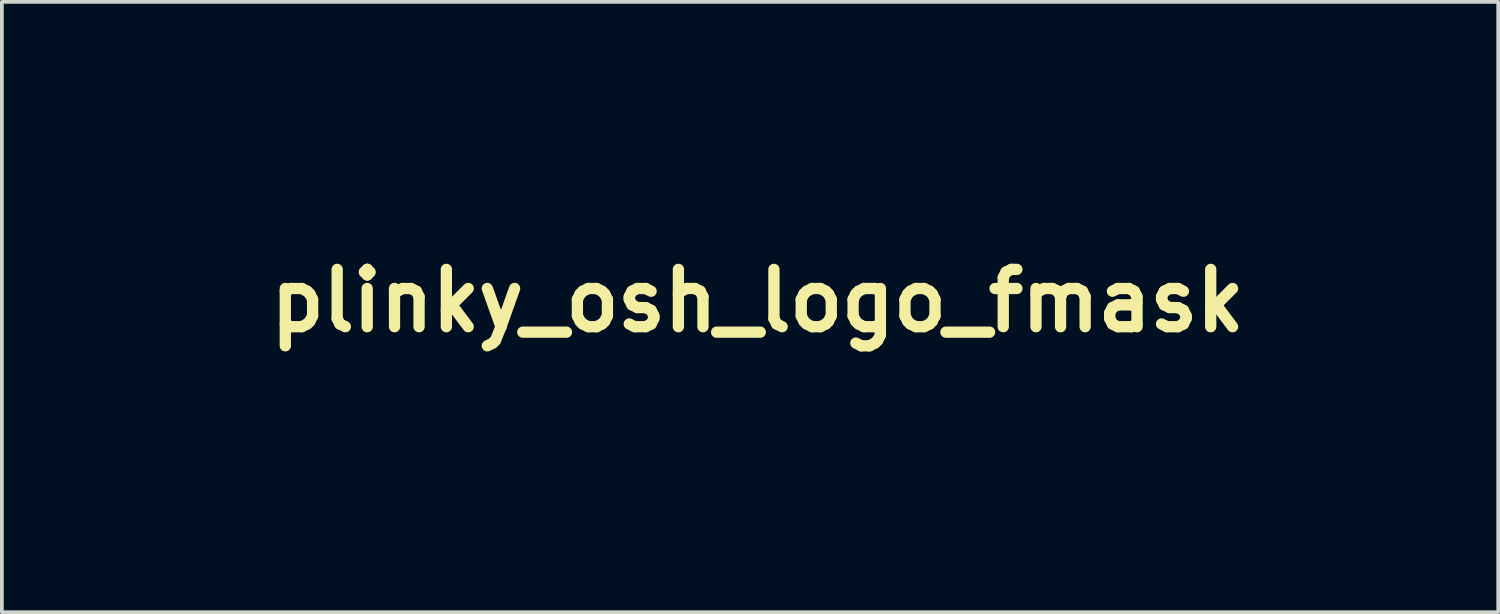
<source format=kicad_pcb>
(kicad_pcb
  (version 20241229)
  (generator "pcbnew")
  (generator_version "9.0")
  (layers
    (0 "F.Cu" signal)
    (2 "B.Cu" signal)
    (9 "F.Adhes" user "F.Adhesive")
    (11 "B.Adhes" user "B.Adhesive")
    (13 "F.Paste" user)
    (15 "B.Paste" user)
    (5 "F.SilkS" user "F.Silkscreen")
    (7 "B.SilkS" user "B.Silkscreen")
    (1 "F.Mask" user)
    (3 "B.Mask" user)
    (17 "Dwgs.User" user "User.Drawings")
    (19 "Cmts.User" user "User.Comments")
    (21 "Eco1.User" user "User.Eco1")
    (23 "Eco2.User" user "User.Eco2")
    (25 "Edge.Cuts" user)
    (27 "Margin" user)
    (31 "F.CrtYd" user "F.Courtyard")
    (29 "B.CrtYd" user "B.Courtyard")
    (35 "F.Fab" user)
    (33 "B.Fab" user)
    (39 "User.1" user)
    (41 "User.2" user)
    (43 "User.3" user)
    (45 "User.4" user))
  (footprint "plinky_osh_logo_fmask"
    (layer "F.Cu")
    (at 17.09 4.946)
    (property "Reference" "plinky_osh_logo_fmask" (at 0 0 0) (layer "F.SilkS") (effects (font (size 1.524 1.524) (thickness 0.3))))
    (attr through_hole)
    (fp_poly (pts (xy -5.377 0.752) (xy -5.254 0.811) (xy -5.171 0.905) (xy -5.149 0.991) (xy -5.136 1.081) (xy -5.104 1.212) (xy -5.082 1.289) (xy -5.039 1.457) (xy -5.009 1.632) (xy -5.004 1.691) (xy -4.994 1.823) (xy -4.979 2.005) (xy -4.961 2.205) (xy -4.956 2.262) (xy -4.932 2.581) (xy -4.922 2.883) (xy -4.927 3.153) (xy -4.946 3.376) (xy -4.977 3.537) (xy -4.998 3.589) (xy -5.046 3.678) (xy -5.074 3.722) (xy -5.076 3.723) (xy -5.119 3.735) (xy -5.215 3.763) (xy -5.276 3.781) (xy -5.441 3.814) (xy -5.561 3.804) (xy -5.562 3.804) (xy -5.636 3.764) (xy -5.659 3.735) (xy -5.66 3.685) (xy -5.662 3.562) (xy -5.665 3.379) (xy -5.668 3.148) (xy -5.672 2.88) (xy -5.675 2.686) (xy -5.68 2.372) (xy -5.687 2.06) (xy -5.696 1.769) (xy -5.706 1.517) (xy -5.716 1.323) (xy -5.721 1.262) (xy -5.753 0.853) (xy -5.642 0.781) (xy -5.515 0.738) (xy -5.377 0.752)) (stroke (width 0.01) (type solid)) (fill yes) (layer "F.Mask"))
    (fp_poly (pts (xy -10.568 -2.143) (xy -10.501 -2.101) (xy -10.479 -2.08) (xy -10.41 -1.968) (xy -10.41 -1.895) (xy -10.428 -1.754) (xy -10.438 -1.545) (xy -10.439 -1.284) (xy -10.431 -0.988) (xy -10.414 -0.671) (xy -10.41 -0.615) (xy -10.395 -0.396) (xy -10.384 -0.197) (xy -10.376 -0.038) (xy -10.374 0.058) (xy -10.374 0.063) (xy -10.384 0.387) (xy -10.396 0.707) (xy -10.409 1.011) (xy -10.422 1.289) (xy -10.435 1.528) (xy -10.447 1.717) (xy -10.458 1.846) (xy -10.467 1.903) (xy -10.468 1.904) (xy -10.482 1.954) (xy -10.494 2.066) (xy -10.502 2.219) (xy -10.504 2.264) (xy -10.508 2.448) (xy -10.515 2.683) (xy -10.521 2.937) (xy -10.527 3.132) (xy -10.528 3.356) (xy -10.523 3.567) (xy -10.511 3.742) (xy -10.496 3.852) (xy -10.459 3.97) (xy -10.402 4.12) (xy -10.333 4.281) (xy -10.262 4.434) (xy -10.196 4.559) (xy -10.145 4.638) (xy -10.125 4.655) (xy -10.094 4.62) (xy -10.04 4.524) (xy -9.972 4.387) (xy -9.944 4.328) (xy -9.871 4.169) (xy -9.807 4.035) (xy -9.763 3.95) (xy -9.755 3.936) (xy -9.709 3.856) (xy -9.65 3.745) (xy -9.644 3.734) (xy -9.534 3.577) (xy -9.39 3.493) (xy -9.22 3.471) (xy -9.063 3.498) (xy -8.97 3.578) (xy -8.946 3.704) (xy -8.962 3.788) (xy -9.028 3.967) (xy -9.122 4.176) (xy -9.234 4.395) (xy -9.353 4.605) (xy -9.469 4.789) (xy -9.571 4.928) (xy -9.633 4.991) (xy -9.799 5.092) (xy -10.003 5.177) (xy -10.223 5.24) (xy -10.435 5.274) (xy -10.614 5.275) (xy -10.707 5.252) (xy -10.803 5.191) (xy -10.86 5.137) (xy -10.909 5.068) (xy -10.978 4.957) (xy -11.057 4.821) (xy -11.134 4.679) (xy -11.202 4.55) (xy -11.248 4.452) (xy -11.264 4.404) (xy -11.262 4.402) (xy -11.257 4.368) (xy -11.277 4.3) (xy -11.319 4.137) (xy -11.352 3.909) (xy -11.373 3.634) (xy -11.383 3.329) (xy -11.379 3.014) (xy -11.373 2.899) (xy -11.321 2.899) (xy -11.287 2.955) (xy -11.257 2.963) (xy -11.201 2.929) (xy -11.194 2.899) (xy -11.227 2.843) (xy -11.257 2.836) (xy -11.313 2.869) (xy -11.321 2.899) (xy -11.373 2.899) (xy -11.366 2.763) (xy -11.339 2.367) (xy -11.315 1.945) (xy -11.295 1.517) (xy -11.28 1.106) (xy -11.27 0.731) (xy -11.267 0.413) (xy -11.267 0.338) (xy -11.269 0.095) (xy -11.271 -0.189) (xy -11.273 -0.466) (xy -11.274 -0.593) (xy -11.272 -0.823) (xy -11.263 -1.053) (xy -11.248 -1.253) (xy -11.236 -1.355) (xy -11.214 -1.532) (xy -11.199 -1.703) (xy -11.194 -1.804) (xy -11.172 -1.955) (xy -11.099 -2.057) (xy -10.964 -2.119) (xy -10.801 -2.147) (xy -10.658 -2.156) (xy -10.568 -2.143)) (stroke (width 0.01) (type solid)) (fill yes) (layer "F.Mask"))
    (fp_poly (pts (xy 1.372 -0.778) (xy 1.693 -0.663) (xy 1.907 -0.528) (xy 1.966 -0.48) (xy 2.019 -0.423) (xy 2.073 -0.346) (xy 2.135 -0.238) (xy 2.212 -0.087) (xy 2.309 0.118) (xy 2.434 0.388) (xy 2.44 0.401) (xy 2.476 0.511) (xy 2.515 0.681) (xy 2.552 0.887) (xy 2.579 1.079) (xy 2.611 1.312) (xy 2.647 1.549) (xy 2.684 1.756) (xy 2.709 1.876) (xy 2.746 2.054) (xy 2.754 2.165) (xy 2.733 2.223) (xy 2.681 2.242) (xy 2.668 2.243) (xy 2.613 2.269) (xy 2.607 2.29) (xy 2.64 2.32) (xy 2.686 2.317) (xy 2.739 2.319) (xy 2.777 2.372) (xy 2.814 2.492) (xy 2.814 2.492) (xy 2.843 2.64) (xy 2.868 2.828) (xy 2.882 2.984) (xy 2.895 3.158) (xy 2.913 3.381) (xy 2.933 3.617) (xy 2.944 3.738) (xy 2.962 3.948) (xy 2.968 4.092) (xy 2.962 4.189) (xy 2.943 4.256) (xy 2.921 4.296) (xy 2.777 4.444) (xy 2.576 4.533) (xy 2.446 4.557) (xy 2.325 4.565) (xy 2.236 4.551) (xy 2.173 4.504) (xy 2.131 4.413) (xy 2.105 4.267) (xy 2.089 4.056) (xy 2.08 3.827) (xy 2.069 3.549) (xy 2.056 3.271) (xy 2.042 3.011) (xy 2.026 2.784) (xy 2.012 2.608) (xy 1.999 2.498) (xy 1.998 2.491) (xy 1.977 2.405) (xy 1.936 2.248) (xy 1.876 2.031) (xy 1.846 1.925) (xy 1.822 1.812) (xy 1.797 1.656) (xy 1.784 1.544) (xy 1.748 1.273) (xy 1.696 1.035) (xy 1.619 0.8) (xy 1.507 0.536) (xy 1.458 0.431) (xy 1.346 0.2) (xy 1.294 0.105) (xy 1.972 0.105) (xy 1.993 0.126) (xy 2.014 0.105) (xy 1.993 0.084) (xy 1.972 0.105) (xy 1.294 0.105) (xy 1.256 0.036) (xy 1.179 -0.073) (xy 1.104 -0.138) (xy 1.02 -0.171) (xy 0.919 -0.183) (xy 0.908 -0.183) (xy 0.775 -0.175) (xy 0.652 -0.131) (xy 0.512 -0.046) (xy 0.321 0.106) (xy 0.138 0.292) (xy -0.019 0.49) (xy -0.131 0.678) (xy -0.167 0.767) (xy -0.203 0.862) (xy -0.23 0.909) (xy -0.26 0.976) (xy -0.304 1.102) (xy -0.354 1.268) (xy -0.405 1.45) (xy -0.45 1.626) (xy -0.482 1.776) (xy -0.485 1.792) (xy -0.525 1.946) (xy -0.579 2.08) (xy -0.639 2.173) (xy -0.685 2.202) (xy -0.739 2.226) (xy -0.801 2.267) (xy -0.827 2.289) (xy -0.848 2.315) (xy -0.864 2.356) (xy -0.876 2.422) (xy -0.885 2.521) (xy -0.892 2.665) (xy -0.897 2.863) (xy -0.901 3.124) (xy -0.906 3.459) (xy -0.907 3.513) (xy -0.913 3.815) (xy -0.923 4.045) (xy -0.939 4.216) (xy -0.964 4.34) (xy -0.999 4.432) (xy -1.047 4.502) (xy -1.063 4.521) (xy -1.178 4.61) (xy -1.329 4.684) (xy -1.487 4.732) (xy -1.621 4.743) (xy -1.663 4.734) (xy -1.735 4.667) (xy -1.752 4.545) (xy -1.712 4.385) (xy -1.694 4.286) (xy -1.717 4.25) (xy -1.731 4.204) (xy -1.741 4.086) (xy -1.746 3.892) (xy -1.745 3.621) (xy -1.74 3.269) (xy -1.737 3.116) (xy -1.725 2.625) (xy -1.713 2.164) (xy -1.701 1.742) (xy -1.688 1.364) (xy -1.676 1.04) (xy -1.664 0.777) (xy -1.654 0.581) (xy -1.644 0.46) (xy -1.642 0.444) (xy -1.623 0.314) (xy -1.604 0.165) (xy -1.601 0.147) (xy -1.562 -0.088) (xy -1.507 -0.254) (xy -1.425 -0.364) (xy -1.304 -0.433) (xy -1.134 -0.475) (xy -1.105 -0.479) (xy -0.919 -0.479) (xy -0.781 -0.415) (xy -0.7 -0.295) (xy -0.675 -0.207) (xy -0.672 -0.163) (xy -0.686 -0.116) (xy -0.707 -0.019) (xy -0.71 -0.001) (xy -0.737 0.147) (xy -0.432 -0.142) (xy -0.167 -0.38) (xy 0.064 -0.558) (xy 0.281 -0.682) (xy 0.499 -0.761) (xy 0.735 -0.804) (xy 1.007 -0.817) (xy 1.02 -0.817) (xy 1.372 -0.778)) (stroke (width 0.01) (type solid)) (fill yes) (layer "F.Mask"))
    (fp_poly (pts (xy 12.505 -3.81) (xy 12.603 -3.735) (xy 12.866 -3.458) (xy 13.133 -3.174) (xy 13.393 -2.895) (xy 13.635 -2.633) (xy 13.85 -2.398) (xy 14.026 -2.201) (xy 14.154 -2.054) (xy 14.35 -1.827) (xy 14.5 -1.666) (xy 14.607 -1.566) (xy 14.673 -1.526) (xy 14.682 -1.525) (xy 14.723 -1.559) (xy 14.741 -1.599) (xy 14.788 -1.704) (xy 14.863 -1.844) (xy 14.949 -1.985) (xy 15.024 -2.093) (xy 15.041 -2.114) (xy 15.093 -2.185) (xy 15.108 -2.222) (xy 15.133 -2.272) (xy 15.196 -2.363) (xy 15.25 -2.431) (xy 15.35 -2.565) (xy 15.439 -2.702) (xy 15.467 -2.752) (xy 15.522 -2.853) (xy 15.564 -2.915) (xy 15.57 -2.922) (xy 15.606 -2.966) (xy 15.674 -3.059) (xy 15.754 -3.176) (xy 15.889 -3.372) (xy 15.992 -3.508) (xy 16.075 -3.593) (xy 16.15 -3.638) (xy 16.229 -3.656) (xy 16.291 -3.657) (xy 16.47 -3.625) (xy 16.603 -3.549) (xy 16.679 -3.439) (xy 16.686 -3.31) (xy 16.67 -3.26) (xy 16.64 -3.181) (xy 16.599 -3.062) (xy 16.589 -3.031) (xy 16.536 -2.902) (xy 16.472 -2.797) (xy 16.46 -2.782) (xy 16.403 -2.704) (xy 16.325 -2.577) (xy 16.244 -2.428) (xy 16.244 -2.427) (xy 16.163 -2.279) (xy 16.086 -2.152) (xy 16.029 -2.074) (xy 16.029 -2.074) (xy 15.972 -1.99) (xy 15.954 -1.931) (xy 15.932 -1.86) (xy 15.917 -1.845) (xy 15.884 -1.8) (xy 15.824 -1.694) (xy 15.745 -1.544) (xy 15.656 -1.366) (xy 15.566 -1.183) (xy 15.487 -1.023) (xy 15.428 -0.905) (xy 15.398 -0.847) (xy 15.333 -0.724) (xy 15.25 -0.561) (xy 15.158 -0.372) (xy 15.063 -0.175) (xy 14.974 0.014) (xy 14.897 0.181) (xy 14.841 0.309) (xy 14.813 0.381) (xy 14.812 0.39) (xy 14.797 0.449) (xy 14.756 0.569) (xy 14.696 0.736) (xy 14.623 0.931) (xy 14.543 1.139) (xy 14.463 1.344) (xy 14.387 1.529) (xy 14.324 1.678) (xy 14.308 1.714) (xy 14.211 1.925) (xy 14.14 2.086) (xy 14.083 2.22) (xy 14.028 2.354) (xy 14.005 2.412) (xy 13.951 2.543) (xy 13.871 2.724) (xy 13.778 2.932) (xy 13.681 3.142) (xy 13.591 3.332) (xy 13.519 3.478) (xy 13.496 3.523) (xy 13.462 3.614) (xy 13.457 3.655) (xy 13.432 3.727) (xy 13.373 3.82) (xy 13.372 3.821) (xy 13.312 3.917) (xy 13.287 3.998) (xy 13.27 4.072) (xy 13.223 4.192) (xy 13.172 4.305) (xy 13.041 4.503) (xy 12.875 4.629) (xy 12.667 4.686) (xy 12.41 4.676) (xy 12.356 4.667) (xy 12.214 4.611) (xy 12.141 4.508) (xy 12.139 4.357) (xy 12.176 4.233) (xy 12.202 4.164) (xy 12.208 4.148) (xy 12.318 3.872) (xy 12.437 3.65) (xy 12.444 3.64) (xy 12.506 3.519) (xy 12.54 3.421) (xy 12.567 3.347) (xy 12.621 3.215) (xy 12.696 3.044) (xy 12.781 2.853) (xy 12.87 2.659) (xy 12.954 2.482) (xy 13.025 2.34) (xy 13.033 2.324) (xy 13.064 2.254) (xy 13.122 2.117) (xy 13.201 1.923) (xy 13.298 1.685) (xy 13.407 1.412) (xy 13.525 1.116) (xy 13.548 1.058) (xy 13.612 0.896) (xy 13.668 0.757) (xy 13.705 0.666) (xy 13.709 0.655) (xy 13.737 0.586) (xy 13.79 0.455) (xy 13.859 0.28) (xy 13.94 0.076) (xy 13.966 0.009) (xy 14.047 -0.194) (xy 14.121 -0.367) (xy 14.179 -0.497) (xy 14.217 -0.567) (xy 14.224 -0.575) (xy 14.261 -0.634) (xy 14.241 -0.697) (xy 14.187 -0.721) (xy 14.071 -0.741) (xy 13.925 -0.789) (xy 13.793 -0.849) (xy 13.737 -0.886) (xy 13.661 -0.969) (xy 13.615 -1.037) (xy 13.542 -1.153) (xy 13.435 -1.303) (xy 13.318 -1.456) (xy 13.212 -1.583) (xy 13.192 -1.605) (xy 13.098 -1.713) (xy 13.004 -1.832) (xy 13.004 -1.833) (xy 12.94 -1.91) (xy 12.831 -2.031) (xy 12.69 -2.182) (xy 12.532 -2.348) (xy 12.493 -2.388) (xy 12.231 -2.662) (xy 12.004 -2.909) (xy 11.819 -3.121) (xy 11.682 -3.294) (xy 11.597 -3.418) (xy 11.575 -3.467) (xy 11.575 -3.591) (xy 11.65 -3.7) (xy 11.67 -3.712) (xy 12.413 -3.712) (xy 12.418 -3.687) (xy 12.441 -3.684) (xy 12.476 -3.699) (xy 12.469 -3.712) (xy 12.419 -3.717) (xy 12.413 -3.712) (xy 11.67 -3.712) (xy 11.789 -3.782) (xy 11.856 -3.804) (xy 12.127 -3.858) (xy 12.341 -3.861) (xy 12.505 -3.81)) (stroke (width 0.01) (type solid)) (fill yes) (layer "F.Mask"))
    (fp_poly (pts (xy 6.155 -3.743) (xy 6.245 -3.697) (xy 6.309 -3.596) (xy 6.359 -3.428) (xy 6.373 -3.366) (xy 6.394 -3.257) (xy 6.411 -3.146) (xy 6.426 -3.024) (xy 6.438 -2.88) (xy 6.448 -2.703) (xy 6.457 -2.484) (xy 6.465 -2.213) (xy 6.473 -1.878) (xy 6.482 -1.471) (xy 6.484 -1.398) (xy 6.493 -0.973) (xy 6.504 -0.63) (xy 6.516 -0.367) (xy 6.529 -0.182) (xy 6.544 -0.072) (xy 6.558 -0.035) (xy 6.622 -0.035) (xy 6.719 -0.074) (xy 6.733 -0.083) (xy 6.862 -0.148) (xy 7.011 -0.206) (xy 7.031 -0.213) (xy 7.149 -0.255) (xy 7.233 -0.293) (xy 7.246 -0.302) (xy 7.313 -0.338) (xy 7.424 -0.384) (xy 7.463 -0.398) (xy 7.569 -0.441) (xy 7.728 -0.513) (xy 7.918 -0.602) (xy 8.095 -0.688) (xy 8.286 -0.784) (xy 8.46 -0.876) (xy 8.635 -0.972) (xy 8.829 -1.084) (xy 9.059 -1.221) (xy 9.331 -1.387) (xy 9.501 -1.46) (xy 9.67 -1.481) (xy 9.814 -1.451) (xy 9.89 -1.396) (xy 9.934 -1.335) (xy 9.942 -1.274) (xy 9.914 -1.18) (xy 9.898 -1.139) (xy 9.812 -0.994) (xy 9.666 -0.828) (xy 9.571 -0.74) (xy 9.491 -0.672) (xy 9.415 -0.61) (xy 9.333 -0.552) (xy 9.237 -0.491) (xy 9.117 -0.424) (xy 8.966 -0.346) (xy 8.775 -0.251) (xy 8.534 -0.136) (xy 8.235 0.004) (xy 7.87 0.175) (xy 7.802 0.206) (xy 7.64 0.287) (xy 7.508 0.362) (xy 7.425 0.421) (xy 7.407 0.442) (xy 7.42 0.503) (xy 7.476 0.617) (xy 7.565 0.768) (xy 7.678 0.942) (xy 7.806 1.126) (xy 7.939 1.304) (xy 8.067 1.463) (xy 8.101 1.501) (xy 8.178 1.597) (xy 8.28 1.737) (xy 8.389 1.894) (xy 8.409 1.924) (xy 8.536 2.116) (xy 8.678 2.331) (xy 8.802 2.518) (xy 8.924 2.697) (xy 9.057 2.884) (xy 9.175 3.042) (xy 9.179 3.047) (xy 9.281 3.184) (xy 9.369 3.313) (xy 9.419 3.396) (xy 9.471 3.478) (xy 9.513 3.513) (xy 9.514 3.513) (xy 9.554 3.547) (xy 9.608 3.63) (xy 9.616 3.645) (xy 9.658 3.742) (xy 9.656 3.817) (xy 9.613 3.91) (xy 9.544 3.994) (xy 9.438 4.081) (xy 9.318 4.157) (xy 9.209 4.207) (xy 9.134 4.215) (xy 9.127 4.212) (xy 9.075 4.218) (xy 9.063 4.232) (xy 8.993 4.274) (xy 8.885 4.271) (xy 8.767 4.229) (xy 8.68 4.163) (xy 8.611 4.079) (xy 8.577 4.02) (xy 8.576 4.015) (xy 8.553 3.965) (xy 8.492 3.868) (xy 8.405 3.743) (xy 8.396 3.73) (xy 8.297 3.592) (xy 8.209 3.469) (xy 8.153 3.388) (xy 8.125 3.346) (xy 8.091 3.299) (xy 8.046 3.236) (xy 7.982 3.148) (xy 7.894 3.028) (xy 7.781 2.875) (xy 8.83 2.875) (xy 8.861 2.918) (xy 8.872 2.92) (xy 8.914 2.906) (xy 8.915 2.902) (xy 8.885 2.865) (xy 8.872 2.857) (xy 8.833 2.86) (xy 8.83 2.875) (xy 7.781 2.875) (xy 7.773 2.864) (xy 7.614 2.65) (xy 7.446 2.423) (xy 7.281 2.198) (xy 7.109 1.961) (xy 6.948 1.737) (xy 6.815 1.548) (xy 6.777 1.492) (xy 6.523 1.121) (xy 6.492 1.502) (xy 6.483 1.627) (xy 6.477 1.759) (xy 6.474 1.906) (xy 6.475 2.078) (xy 6.48 2.283) (xy 6.488 2.53) (xy 6.501 2.827) (xy 6.519 3.183) (xy 6.541 3.606) (xy 6.567 4.084) (xy 6.592 4.55) (xy 6.445 4.688) (xy 6.329 4.777) (xy 6.201 4.83) (xy 6.042 4.86) (xy 5.893 4.877) (xy 5.799 4.872) (xy 5.731 4.843) (xy 5.684 4.807) (xy 5.645 4.77) (xy 5.617 4.727) (xy 5.599 4.665) (xy 5.587 4.568) (xy 5.581 4.422) (xy 5.578 4.213) (xy 5.576 4.084) (xy 5.572 3.826) (xy 5.563 3.565) (xy 5.552 3.328) (xy 5.538 3.143) (xy 5.535 3.111) (xy 5.518 2.892) (xy 5.51 2.651) (xy 5.511 2.455) (xy 5.527 1.953) (xy 5.541 1.476) (xy 5.552 1.006) (xy 5.561 0.527) (xy 5.567 0.022) (xy 5.572 -0.524) (xy 5.575 -1.128) (xy 5.576 -1.334) (xy 5.782 -1.334) (xy 5.803 -1.313) (xy 5.824 -1.334) (xy 5.803 -1.355) (xy 5.782 -1.334) (xy 5.576 -1.334) (xy 5.576 -1.544) (xy 5.578 -2.023) (xy 5.58 -2.424) (xy 5.583 -2.754) (xy 5.587 -3.021) (xy 5.594 -3.231) (xy 5.604 -3.391) (xy 5.617 -3.509) (xy 5.635 -3.591) (xy 5.657 -3.644) (xy 5.685 -3.676) (xy 5.718 -3.694) (xy 5.758 -3.703) (xy 5.762 -3.704) (xy 5.83 -3.72) (xy 5.846 -3.728) (xy 5.883 -3.736) (xy 5.978 -3.746) (xy 6.027 -3.749) (xy 6.155 -3.743)) (stroke (width 0.01) (type solid)) (fill yes) (layer "F.Mask"))
    (fp_poly (pts (xy -13.725 -4.903) (xy -13.473 -4.812) (xy -13.215 -4.662) (xy -12.987 -4.49) (xy -12.868 -4.395) (xy -12.756 -4.306) (xy -12.745 -4.298) (xy -12.67 -4.228) (xy -12.635 -4.176) (xy -12.635 -4.174) (xy -12.607 -4.115) (xy -12.565 -4.06) (xy -12.516 -3.978) (xy -12.453 -3.831) (xy -12.381 -3.635) (xy -12.306 -3.409) (xy -12.235 -3.168) (xy -12.188 -2.989) (xy -12.14 -2.706) (xy -12.144 -2.416) (xy -12.199 -2.094) (xy -12.225 -1.988) (xy -12.277 -1.802) (xy -12.317 -1.686) (xy -12.35 -1.626) (xy -12.382 -1.609) (xy -12.402 -1.578) (xy -12.395 -1.548) (xy -12.397 -1.472) (xy -12.43 -1.338) (xy -12.488 -1.161) (xy -12.565 -0.959) (xy -12.655 -0.749) (xy -12.751 -0.548) (xy -12.771 -0.509) (xy -12.898 -0.285) (xy -13.034 -0.084) (xy -13.199 0.12) (xy -13.36 0.299) (xy -13.46 0.392) (xy -13.591 0.498) (xy -13.734 0.602) (xy -13.868 0.689) (xy -13.974 0.747) (xy -14.022 0.761) (xy -14.081 0.772) (xy -14.2 0.802) (xy -14.36 0.846) (xy -14.462 0.874) (xy -14.645 0.925) (xy -14.784 0.955) (xy -14.907 0.967) (xy -15.045 0.963) (xy -15.23 0.946) (xy -15.289 0.939) (xy -15.583 0.896) (xy -15.8 0.84) (xy -15.949 0.766) (xy -16.012 0.698) (xy -14.157 0.698) (xy -14.136 0.719) (xy -14.115 0.698) (xy -14.136 0.677) (xy -14.157 0.698) (xy -16.012 0.698) (xy -16.037 0.671) (xy -16.066 0.571) (xy -13.903 0.571) (xy -13.882 0.592) (xy -13.861 0.571) (xy -13.882 0.55) (xy -13.903 0.571) (xy -16.066 0.571) (xy -16.072 0.55) (xy -16.073 0.542) (xy -16.104 0.439) (xy -16.171 0.384) (xy -16.189 0.381) (xy -16.197 0.42) (xy -16.204 0.529) (xy -16.209 0.692) (xy -16.212 0.894) (xy -16.212 0.962) (xy -16.217 1.333) (xy -16.229 1.756) (xy -16.246 2.2) (xy -16.267 2.632) (xy -16.273 2.73) (xy -16.274 2.799) (xy -16.276 2.937) (xy -16.277 3.127) (xy -16.277 3.355) (xy -16.277 3.536) (xy -16.279 3.882) (xy -16.283 4.155) (xy -16.292 4.369) (xy -16.306 4.537) (xy -16.327 4.67) (xy -16.354 4.782) (xy -16.374 4.843) (xy -16.449 4.989) (xy -16.545 5.086) (xy -16.647 5.125) (xy -16.74 5.099) (xy -16.769 5.069) (xy -16.801 4.986) (xy -16.83 4.824) (xy -16.857 4.589) (xy -16.881 4.288) (xy -16.902 3.927) (xy -16.919 3.511) (xy -16.933 3.046) (xy -16.938 2.785) (xy -16.96 1.486) (xy -16.849 1.375) (xy -16.775 1.273) (xy -16.74 1.168) (xy -16.739 1.159) (xy -16.722 1.04) (xy -16.695 0.97) (xy -16.674 0.902) (xy -16.693 0.888) (xy -16.709 0.847) (xy -16.72 0.727) (xy -16.727 0.535) (xy -16.728 0.276) (xy -16.727 0.169) (xy -16.726 -0.069) (xy -16.728 -0.274) (xy -16.73 -0.332) (xy -15.931 -0.332) (xy -15.901 -0.302) (xy -15.893 -0.297) (xy -15.829 -0.26) (xy -15.809 -0.271) (xy -15.808 -0.297) (xy -15.843 -0.333) (xy -15.882 -0.339) (xy -15.931 -0.332) (xy -16.73 -0.332) (xy -16.733 -0.434) (xy -16.741 -0.534) (xy -16.749 -0.562) (xy -16.769 -0.606) (xy -16.788 -0.709) (xy -16.796 -0.79) (xy -16.811 -0.922) (xy -16.828 -1.019) (xy -16.837 -1.047) (xy -16.853 -1.106) (xy -16.87 -1.225) (xy -16.885 -1.377) (xy -16.886 -1.379) (xy -16.911 -1.677) (xy -16.935 -1.907) (xy -16.96 -2.087) (xy -16.987 -2.235) (xy -17.014 -2.35) (xy -17.053 -2.5) (xy -17.075 -2.594) (xy -17.084 -2.659) (xy -17.085 -2.723) (xy -17.083 -2.783) (xy -17.055 -2.904) (xy -17.038 -2.931) (xy -16.586 -2.931) (xy -16.573 -2.839) (xy -16.555 -2.792) (xy -16.513 -2.66) (xy -16.469 -2.466) (xy -16.426 -2.232) (xy -16.388 -1.981) (xy -16.358 -1.735) (xy -16.341 -1.537) (xy -16.329 -1.382) (xy -16.314 -1.259) (xy -16.3 -1.195) (xy -16.299 -1.193) (xy -16.244 -1.159) (xy -16.143 -1.129) (xy -16.126 -1.126) (xy -16.028 -1.097) (xy -15.979 -1.063) (xy -15.977 -1.057) (xy -15.944 -1.019) (xy -15.929 -1.017) (xy -15.844 -0.978) (xy -15.763 -0.871) (xy -15.696 -0.715) (xy -15.664 -0.591) (xy -15.612 -0.389) (xy -15.534 -0.168) (xy -15.445 0.034) (xy -15.389 0.134) (xy -15.308 0.249) (xy -15.229 0.314) (xy -15.117 0.352) (xy -15.041 0.368) (xy -14.88 0.389) (xy -14.726 0.393) (xy -14.665 0.388) (xy -14.54 0.374) (xy -14.44 0.37) (xy -14.436 0.371) (xy -14.333 0.356) (xy -14.215 0.295) (xy -14.07 0.179) (xy -13.889 0.003) (xy -13.853 -0.035) (xy -13.691 -0.218) (xy -13.559 -0.403) (xy -13.436 -0.619) (xy -13.36 -0.773) (xy -13.265 -0.982) (xy -13.177 -1.196) (xy -13.111 -1.377) (xy -13.014 -1.377) (xy -12.993 -1.355) (xy -12.972 -1.377) (xy -12.993 -1.398) (xy -13.014 -1.377) (xy -13.111 -1.377) (xy -13.108 -1.385) (xy -13.077 -1.485) (xy -13.023 -1.68) (xy -12.492 -1.68) (xy -12.486 -1.655) (xy -12.464 -1.652) (xy -12.429 -1.667) (xy -12.435 -1.68) (xy -12.486 -1.685) (xy -12.492 -1.68) (xy -13.023 -1.68) (xy -13.022 -1.685) (xy -12.958 -1.903) (xy -12.919 -2.028) (xy -12.862 -2.263) (xy -12.854 -2.471) (xy -12.858 -2.515) (xy -12.883 -2.654) (xy -12.931 -2.848) (xy -12.995 -3.074) (xy -13.068 -3.306) (xy -13.141 -3.522) (xy -13.208 -3.697) (xy -13.25 -3.79) (xy -13.316 -3.872) (xy -13.431 -3.982) (xy -13.573 -4.102) (xy -13.72 -4.213) (xy -13.851 -4.297) (xy -13.909 -4.326) (xy -13.985 -4.376) (xy -14.007 -4.401) (xy -14.079 -4.441) (xy -14.21 -4.448) (xy -14.384 -4.423) (xy -14.584 -4.368) (xy -14.777 -4.293) (xy -14.875 -4.253) (xy -14.937 -4.234) (xy -14.94 -4.234) (xy -14.995 -4.218) (xy -15.091 -4.18) (xy -15.103 -4.174) (xy -15.272 -4.104) (xy -15.451 -4.036) (xy -15.619 -3.98) (xy -15.752 -3.943) (xy -15.822 -3.931) (xy -15.878 -3.911) (xy -15.879 -3.88) (xy -15.893 -3.816) (xy -15.931 -3.781) (xy -15.981 -3.724) (xy -16.054 -3.61) (xy -16.137 -3.461) (xy -16.17 -3.395) (xy -16.272 -3.205) (xy -16.358 -3.081) (xy -16.422 -3.031) (xy -16.54 -2.987) (xy -16.586 -2.931) (xy -17.038 -2.931) (xy -16.998 -2.994) (xy -16.944 -3.075) (xy -16.885 -3.206) (xy -16.847 -3.32) (xy -16.726 -3.655) (xy -16.577 -3.912) (xy -16.399 -4.093) (xy -16.377 -4.109) (xy -16.269 -4.18) (xy -16.19 -4.225) (xy -16.166 -4.234) (xy -16.118 -4.259) (xy -16.035 -4.321) (xy -16.012 -4.34) (xy -15.918 -4.409) (xy -15.844 -4.444) (xy -15.834 -4.446) (xy -15.77 -4.463) (xy -15.657 -4.508) (xy -15.551 -4.557) (xy -15.397 -4.628) (xy -15.216 -4.705) (xy -15.031 -4.779) (xy -14.866 -4.84) (xy -14.744 -4.881) (xy -14.707 -4.89) (xy -14.637 -4.899) (xy -14.507 -4.913) (xy -14.342 -4.929) (xy -14.293 -4.933) (xy -13.991 -4.941) (xy -13.725 -4.903)) (stroke (width 0.01) (type solid)) (fill yes) (layer "F.Mask"))
    (fp_poly (pts (xy -5.985 -3.578) (xy -5.976 -3.577) (xy -5.374 -3.575) (xy -5.346 -3.571) (xy -5.333 -3.569) (xy -5.321 -3.567) (xy -5.31 -3.564) (xy -5.305 -3.563) (xy -5.3 -3.561) (xy -5.295 -3.559) (xy -5.29 -3.557) (xy -5.286 -3.555) (xy -5.281 -3.553) (xy -5.277 -3.55) (xy -5.273 -3.548) (xy -5.27 -3.545) (xy -5.266 -3.542) (xy -5.263 -3.538) (xy -5.26 -3.534) (xy -5.257 -3.53) (xy -5.254 -3.526) (xy -5.251 -3.521) (xy -5.249 -3.516) (xy -5.247 -3.511) (xy -5.245 -3.505) (xy -5.243 -3.499) (xy -5.242 -3.492) (xy -5.24 -3.486) (xy -5.239 -3.478) (xy -5.237 -3.461) (xy -5.237 -3.439) (xy -5.237 -3.384) (xy -5.24 -3.319) (xy -5.246 -3.25) (xy -5.253 -3.182) (xy -5.261 -3.121) (xy -5.265 -3.095) (xy -5.27 -3.073) (xy -5.274 -3.056) (xy -5.278 -3.043) (xy -5.282 -3.034) (xy -5.284 -3.029) (xy -5.286 -3.025) (xy -5.287 -3.021) (xy -5.289 -3.017) (xy -5.29 -3.013) (xy -5.291 -3.009) (xy -5.291 -3.006) (xy -5.292 -3.002) (xy -5.292 -2.999) (xy -5.293 -2.995) (xy -5.293 -2.992) (xy -5.292 -2.989) (xy -5.292 -2.986) (xy -5.292 -2.983) (xy -5.291 -2.98) (xy -5.29 -2.977) (xy -5.289 -2.975) (xy -5.288 -2.972) (xy -5.286 -2.969) (xy -5.285 -2.967) (xy -5.283 -2.964) (xy -5.281 -2.962) (xy -5.279 -2.96) (xy -5.276 -2.957) (xy -5.274 -2.955) (xy -5.271 -2.953) (xy -5.268 -2.951) (xy -5.265 -2.948) (xy -5.262 -2.946) (xy -5.258 -2.944) (xy -5.251 -2.94) (xy -5.245 -2.937) (xy -5.24 -2.934) (xy -5.235 -2.932) (xy -5.227 -2.928) (xy -5.22 -2.925) (xy -5.213 -2.922) (xy -5.21 -2.92) (xy -5.206 -2.918) (xy -5.202 -2.916) (xy -5.198 -2.913) (xy -5.193 -2.91) (xy -5.187 -2.907) (xy -5.181 -2.903) (xy -5.176 -2.9) (xy -5.172 -2.898) (xy -5.169 -2.897) (xy -5.168 -2.896) (xy -5.166 -2.896) (xy -5.164 -2.895) (xy -5.162 -2.895) (xy -5.16 -2.895) (xy -5.159 -2.896) (xy -5.157 -2.896) (xy -5.155 -2.897) (xy -5.154 -2.898) (xy -5.152 -2.899) (xy -5.15 -2.9) (xy -5.146 -2.903) (xy -5.141 -2.908) (xy -5.136 -2.913) (xy -5.106 -2.946) (xy -5.093 -2.959) (xy -5.072 -2.977) (xy -5.015 -3.025) (xy -4.94 -3.083) (xy -4.855 -3.145) (xy -4.811 -3.175) (xy -4.767 -3.203) (xy -4.725 -3.229) (xy -4.684 -3.252) (xy -4.646 -3.27) (xy -4.611 -3.284) (xy -4.596 -3.289) (xy -4.581 -3.292) (xy -4.568 -3.293) (xy -4.557 -3.293) (xy -4.554 -3.292) (xy -4.55 -3.29) (xy -4.538 -3.281) (xy -4.524 -3.267) (xy -4.506 -3.249) (xy -4.465 -3.205) (xy -4.417 -3.151) (xy -4.322 -3.042) (xy -4.281 -2.996) (xy -4.251 -2.964) (xy -4.242 -2.955) (xy -4.233 -2.945) (xy -4.225 -2.936) (xy -4.218 -2.927) (xy -4.212 -2.918) (xy -4.206 -2.909) (xy -4.201 -2.9) (xy -4.199 -2.895) (xy -4.197 -2.891) (xy -4.195 -2.886) (xy -4.194 -2.882) (xy -4.193 -2.877) (xy -4.192 -2.872) (xy -4.191 -2.868) (xy -4.191 -2.863) (xy -4.191 -2.858) (xy -4.191 -2.854) (xy -4.192 -2.849) (xy -4.192 -2.844) (xy -4.193 -2.839) (xy -4.195 -2.834) (xy -4.197 -2.829) (xy -4.199 -2.824) (xy -4.201 -2.819) (xy -4.204 -2.814) (xy -4.223 -2.782) (xy -4.254 -2.734) (xy -4.337 -2.611) (xy -4.462 -2.427) (xy -4.47 -2.416) (xy -4.473 -2.411) (xy -4.476 -2.407) (xy -4.478 -2.402) (xy -4.48 -2.398) (xy -4.481 -2.395) (xy -4.482 -2.393) (xy -4.482 -2.391) (xy -4.483 -2.388) (xy -4.483 -2.386) (xy -4.483 -2.383) (xy -4.483 -2.381) (xy -4.482 -2.378) (xy -4.482 -2.375) (xy -4.481 -2.372) (xy -4.48 -2.369) (xy -4.479 -2.366) (xy -4.477 -2.362) (xy -4.476 -2.359) (xy -4.474 -2.355) (xy -4.472 -2.351) (xy -4.467 -2.343) (xy -4.46 -2.333) (xy -4.446 -2.311) (xy -4.429 -2.284) (xy -4.412 -2.254) (xy -4.395 -2.223) (xy -4.38 -2.192) (xy -4.366 -2.163) (xy -4.36 -2.15) (xy -4.355 -2.138) (xy -4.352 -2.127) (xy -4.349 -2.118) (xy -4.347 -2.11) (xy -4.345 -2.102) (xy -4.342 -2.095) (xy -4.34 -2.088) (xy -4.337 -2.082) (xy -4.336 -2.08) (xy -4.334 -2.077) (xy -4.333 -2.074) (xy -4.331 -2.072) (xy -4.329 -2.069) (xy -4.328 -2.067) (xy -4.326 -2.065) (xy -4.324 -2.063) (xy -4.322 -2.061) (xy -4.32 -2.059) (xy -4.318 -2.057) (xy -4.316 -2.055) (xy -4.313 -2.054) (xy -4.311 -2.052) (xy -4.309 -2.051) (xy -4.306 -2.05) (xy -4.303 -2.048) (xy -4.301 -2.047) (xy -4.298 -2.046) (xy -4.295 -2.045) (xy -4.292 -2.044) (xy -4.289 -2.043) (xy -4.28 -2.042) (xy -4.265 -2.041) (xy -4.224 -2.038) (xy -4.112 -2.035) (xy -4.051 -2.033) (xy -3.996 -2.031) (xy -3.951 -2.027) (xy -3.934 -2.025) (xy -3.922 -2.022) (xy -3.903 -2.016) (xy -3.893 -2.013) (xy -3.883 -2.009) (xy -3.873 -2.005) (xy -3.864 -2) (xy -3.854 -1.995) (xy -3.85 -1.992) (xy -3.845 -1.988) (xy -3.841 -1.985) (xy -3.836 -1.981) (xy -3.832 -1.977) (xy -3.828 -1.973) (xy -3.825 -1.969) (xy -3.821 -1.964) (xy -3.818 -1.959) (xy -3.814 -1.954) (xy -3.811 -1.948) (xy -3.809 -1.943) (xy -3.806 -1.936) (xy -3.804 -1.93) (xy -3.802 -1.923) (xy -3.8 -1.916) (xy -3.799 -1.908) (xy -3.798 -1.9) (xy -3.776 -1.698) (xy -3.763 -1.585) (xy -3.757 -1.537) (xy -3.751 -1.501) (xy -3.749 -1.486) (xy -3.748 -1.479) (xy -3.748 -1.473) (xy -3.748 -1.466) (xy -3.748 -1.46) (xy -3.748 -1.454) (xy -3.749 -1.448) (xy -3.75 -1.443) (xy -3.751 -1.438) (xy -3.752 -1.433) (xy -3.754 -1.428) (xy -3.756 -1.423) (xy -3.759 -1.419) (xy -3.761 -1.414) (xy -3.764 -1.41) (xy -3.767 -1.406) (xy -3.771 -1.403) (xy -3.775 -1.399) (xy -3.779 -1.396) (xy -3.783 -1.393) (xy -3.788 -1.39) (xy -3.793 -1.387) (xy -3.799 -1.384) (xy -3.804 -1.382) (xy -3.81 -1.379) (xy -3.817 -1.377) (xy -3.824 -1.375) (xy -3.838 -1.371) (xy -3.854 -1.368) (xy -3.894 -1.36) (xy -3.945 -1.348) (xy -4.003 -1.333) (xy -4.034 -1.324) (xy -4.064 -1.314) (xy -4.094 -1.304) (xy -4.123 -1.292) (xy -4.151 -1.28) (xy -4.176 -1.267) (xy -4.199 -1.253) (xy -4.209 -1.246) (xy -4.219 -1.239) (xy -4.228 -1.231) (xy -4.235 -1.224) (xy -4.242 -1.216) (xy -4.247 -1.208) (xy -4.286 -1.147) (xy -4.302 -1.12) (xy -4.31 -1.107) (xy -4.317 -1.094) (xy -4.323 -1.082) (xy -4.328 -1.07) (xy -4.33 -1.064) (xy -4.332 -1.059) (xy -4.333 -1.053) (xy -4.334 -1.048) (xy -4.335 -1.043) (xy -4.336 -1.037) (xy -4.336 -1.032) (xy -4.336 -1.028) (xy -4.335 -1.023) (xy -4.334 -1.018) (xy -4.333 -1.014) (xy -4.331 -1.009) (xy -4.323 -0.992) (xy -4.314 -0.975) (xy -4.307 -0.96) (xy -4.299 -0.946) (xy -4.292 -0.934) (xy -4.285 -0.922) (xy -4.271 -0.899) (xy -4.243 -0.856) (xy -4.228 -0.831) (xy -4.211 -0.804) (xy -4.171 -0.736) (xy -4.125 -0.661) (xy -4.043 -0.528) (xy -4.039 -0.522) (xy -4.036 -0.516) (xy -4.028 -0.504) (xy -4.02 -0.494) (xy -4.012 -0.485) (xy -4.005 -0.476) (xy -3.999 -0.468) (xy -3.993 -0.46) (xy -3.991 -0.457) (xy -3.989 -0.453) (xy -3.987 -0.449) (xy -3.985 -0.445) (xy -3.984 -0.442) (xy -3.984 -0.438) (xy -3.983 -0.434) (xy -3.983 -0.43) (xy -3.984 -0.426) (xy -3.985 -0.422) (xy -3.986 -0.418) (xy -3.988 -0.414) (xy -3.991 -0.409) (xy -3.994 -0.405) (xy -3.997 -0.4) (xy -4.002 -0.395) (xy -4.007 -0.389) (xy -4.012 -0.384) (xy -4.038 -0.359) (xy -4.069 -0.33) (xy -4.102 -0.299) (xy -4.138 -0.267) (xy -4.173 -0.236) (xy -4.208 -0.206) (xy -4.24 -0.179) (xy -4.269 -0.156) (xy -4.281 -0.148) (xy -4.291 -0.14) (xy -4.3 -0.135) (xy -4.308 -0.131) (xy -4.315 -0.128) (xy -4.322 -0.126) (xy -4.328 -0.125) (xy -4.334 -0.123) (xy -4.347 -0.12) (xy -4.354 -0.118) (xy -4.363 -0.115) (xy -4.373 -0.111) (xy -4.384 -0.106) (xy -4.397 -0.099) (xy -4.412 -0.09) (xy -4.421 -0.086) (xy -4.43 -0.083) (xy -4.439 -0.081) (xy -4.449 -0.08) (xy -4.46 -0.081) (xy -4.471 -0.082) (xy -4.482 -0.085) (xy -4.493 -0.088) (xy -4.505 -0.092) (xy -4.517 -0.098) (xy -4.529 -0.103) (xy -4.542 -0.11) (xy -4.567 -0.125) (xy -4.592 -0.142) (xy -4.617 -0.16) (xy -4.642 -0.18) (xy -4.665 -0.199) (xy -4.688 -0.219) (xy -4.729 -0.258) (xy -4.762 -0.29) (xy -4.769 -0.297) (xy -4.776 -0.303) (xy -4.783 -0.309) (xy -4.791 -0.314) (xy -4.798 -0.319) (xy -4.805 -0.324) (xy -4.813 -0.328) (xy -4.82 -0.333) (xy -4.835 -0.34) (xy -4.85 -0.346) (xy -4.864 -0.352) (xy -4.879 -0.357) (xy -4.906 -0.366) (xy -4.92 -0.371) (xy -4.932 -0.376) (xy -4.944 -0.381) (xy -4.955 -0.387) (xy -4.96 -0.391) (xy -4.965 -0.394) (xy -4.97 -0.398) (xy -4.974 -0.402) (xy -5.309 -0.774) (xy -5.326 -0.792) (xy -5.342 -0.81) (xy -5.357 -0.827) (xy -5.371 -0.844) (xy -5.384 -0.86) (xy -5.396 -0.876) (xy -5.407 -0.891) (xy -5.416 -0.906) (xy -5.425 -0.92) (xy -5.432 -0.933) (xy -5.437 -0.946) (xy -5.44 -0.952) (xy -5.441 -0.957) (xy -5.443 -0.963) (xy -5.444 -0.968) (xy -5.445 -0.973) (xy -5.445 -0.977) (xy -5.445 -0.982) (xy -5.445 -0.986) (xy -5.444 -0.99) (xy -5.443 -0.993) (xy -5.43 -1.026) (xy -5.416 -1.065) (xy -5.402 -1.11) (xy -5.396 -1.134) (xy -5.39 -1.159) (xy -5.385 -1.186) (xy -5.381 -1.214) (xy -5.379 -1.244) (xy -5.377 -1.274) (xy -5.377 -1.306) (xy -5.378 -1.339) (xy -5.382 -1.373) (xy -5.387 -1.408) (xy -5.393 -1.436) (xy -5.399 -1.464) (xy -5.406 -1.49) (xy -5.415 -1.514) (xy -5.423 -1.538) (xy -5.433 -1.561) (xy -5.443 -1.582) (xy -5.454 -1.602) (xy -5.465 -1.621) (xy -5.477 -1.639) (xy -5.489 -1.656) (xy -5.502 -1.672) (xy -5.515 -1.687) (xy -5.528 -1.701) (xy -5.541 -1.714) (xy -5.554 -1.726) (xy -5.568 -1.736) (xy -5.581 -1.746) (xy -5.595 -1.756) (xy -5.608 -1.764) (xy -5.621 -1.771) (xy -5.634 -1.778) (xy -5.647 -1.783) (xy -5.66 -1.788) (xy -5.672 -1.792) (xy -5.683 -1.795) (xy -5.695 -1.798) (xy -5.705 -1.8) (xy -5.715 -1.801) (xy -5.725 -1.801) (xy -5.734 -1.801) (xy -5.742 -1.8) (xy -5.765 -1.794) (xy -5.788 -1.786) (xy -5.812 -1.774) (xy -5.835 -1.76) (xy -5.858 -1.743) (xy -5.881 -1.723) (xy -5.902 -1.7) (xy -5.921 -1.674) (xy -5.93 -1.66) (xy -5.939 -1.645) (xy -5.946 -1.629) (xy -5.954 -1.613) (xy -5.96 -1.596) (xy -5.966 -1.578) (xy -5.971 -1.559) (xy -5.975 -1.54) (xy -5.979 -1.52) (xy -5.981 -1.499) (xy -5.983 -1.477) (xy -5.983 -1.455) (xy -5.983 -1.432) (xy -5.981 -1.408) (xy -5.978 -1.384) (xy -5.975 -1.359) (xy -5.969 -1.327) (xy -5.963 -1.297) (xy -5.956 -1.267) (xy -5.949 -1.237) (xy -5.942 -1.208) (xy -5.934 -1.18) (xy -5.925 -1.152) (xy -5.916 -1.126) (xy -5.906 -1.101) (xy -5.896 -1.076) (xy -5.885 -1.053) (xy -5.873 -1.031) (xy -5.861 -1.011) (xy -5.848 -0.992) (xy -5.834 -0.975) (xy -5.82 -0.959) (xy -5.814 -0.952) (xy -5.809 -0.946) (xy -5.804 -0.939) (xy -5.8 -0.932) (xy -5.797 -0.924) (xy -5.794 -0.917) (xy -5.792 -0.909) (xy -5.791 -0.901) (xy -5.79 -0.893) (xy -5.789 -0.885) (xy -5.789 -0.877) (xy -5.79 -0.868) (xy -5.791 -0.86) (xy -5.792 -0.851) (xy -5.794 -0.842) (xy -5.796 -0.834) (xy -5.802 -0.816) (xy -5.809 -0.799) (xy -5.817 -0.781) (xy -5.827 -0.764) (xy -5.837 -0.747) (xy -5.848 -0.731) (xy -5.86 -0.715) (xy -5.872 -0.7) (xy -5.901 -0.665) (xy -5.935 -0.626) (xy -6.007 -0.542) (xy -6.08 -0.46) (xy -6.141 -0.388) (xy -6.195 -0.326) (xy -6.221 -0.294) (xy -6.247 -0.263) (xy -6.272 -0.232) (xy -6.294 -0.203) (xy -6.315 -0.174) (xy -6.324 -0.161) (xy -6.333 -0.148) (xy -6.337 -0.141) (xy -6.341 -0.135) (xy -6.346 -0.13) (xy -6.351 -0.124) (xy -6.356 -0.119) (xy -6.361 -0.115) (xy -6.367 -0.11) (xy -6.372 -0.106) (xy -6.384 -0.099) (xy -6.396 -0.092) (xy -6.408 -0.086) (xy -6.421 -0.081) (xy -6.434 -0.076) (xy -6.447 -0.071) (xy -6.472 -0.063) (xy -6.496 -0.054) (xy -6.507 -0.05) (xy -6.517 -0.045) (xy -6.527 -0.04) (xy -6.535 -0.035) (xy -6.542 -0.03) (xy -6.549 -0.024) (xy -6.555 -0.018) (xy -6.561 -0.012) (xy -6.566 -0.005) (xy -6.572 0.003) (xy -6.6 0.045) (xy -6.62 0.074) (xy -6.632 0.091) (xy -6.645 0.11) (xy -6.653 0.119) (xy -6.661 0.128) (xy -6.669 0.136) (xy -6.677 0.143) (xy -6.686 0.149) (xy -6.695 0.154) (xy -6.704 0.159) (xy -6.714 0.163) (xy -6.723 0.167) (xy -6.733 0.17) (xy -6.743 0.172) (xy -6.752 0.174) (xy -6.762 0.176) (xy -6.772 0.177) (xy -6.792 0.177) (xy -6.811 0.177) (xy -6.829 0.175) (xy -6.847 0.172) (xy -6.864 0.169) (xy -6.88 0.165) (xy -6.894 0.162) (xy -6.916 0.155) (xy -6.928 0.15) (xy -6.946 0.141) (xy -6.968 0.128) (xy -6.993 0.111) (xy -7.052 0.072) (xy -7.116 0.027) (xy -7.179 -0.02) (xy -7.236 -0.063) (xy -7.281 -0.099) (xy -7.296 -0.113) (xy -7.306 -0.123) (xy -7.312 -0.131) (xy -7.318 -0.138) (xy -7.323 -0.146) (xy -7.327 -0.153) (xy -7.33 -0.161) (xy -7.333 -0.169) (xy -7.335 -0.177) (xy -7.336 -0.185) (xy -7.336 -0.194) (xy -7.336 -0.204) (xy -7.335 -0.215) (xy -7.333 -0.227) (xy -7.331 -0.239) (xy -7.328 -0.253) (xy -7.324 -0.268) (xy -7.32 -0.285) (xy -7.314 -0.304) (xy -7.305 -0.326) (xy -7.293 -0.35) (xy -7.28 -0.376) (xy -7.265 -0.404) (xy -7.248 -0.432) (xy -7.213 -0.491) (xy -7.177 -0.548) (xy -7.143 -0.6) (xy -7.095 -0.673) (xy -7.089 -0.681) (xy -7.083 -0.689) (xy -7.072 -0.704) (xy -7.062 -0.718) (xy -7.057 -0.725) (xy -7.053 -0.731) (xy -7.049 -0.738) (xy -7.046 -0.745) (xy -7.045 -0.748) (xy -7.043 -0.752) (xy -7.042 -0.755) (xy -7.041 -0.759) (xy -7.041 -0.763) (xy -7.04 -0.767) (xy -7.04 -0.77) (xy -7.04 -0.774) (xy -7.04 -0.778) (xy -7.04 -0.783) (xy -7.04 -0.787) (xy -7.041 -0.791) (xy -7.042 -0.795) (xy -7.043 -0.799) (xy -7.045 -0.803) (xy -7.046 -0.807) (xy -7.048 -0.81) (xy -7.05 -0.813) (xy -7.052 -0.817) (xy -7.054 -0.819) (xy -7.057 -0.822) (xy -7.06 -0.825) (xy -7.063 -0.827) (xy -7.066 -0.829) (xy -7.072 -0.833) (xy -7.079 -0.837) (xy -7.086 -0.84) (xy -7.094 -0.843) (xy -7.103 -0.845) (xy -7.111 -0.848) (xy -7.129 -0.852) (xy -7.147 -0.855) (xy -7.565 -0.964) (xy -7.578 -0.967) (xy -7.589 -0.97) (xy -7.599 -0.974) (xy -7.604 -0.975) (xy -7.608 -0.977) (xy -7.612 -0.979) (xy -7.616 -0.981) (xy -7.62 -0.983) (xy -7.623 -0.985) (xy -7.626 -0.988) (xy -7.629 -0.99) (xy -7.632 -0.993) (xy -7.634 -0.995) (xy -7.637 -0.998) (xy -7.639 -1.001) (xy -7.641 -1.004) (xy -7.643 -1.007) (xy -7.647 -1.013) (xy -7.651 -1.021) (xy -7.654 -1.029) (xy -7.658 -1.038) (xy -7.665 -1.058) (xy -7.674 -1.088) (xy -7.685 -1.131) (xy -7.696 -1.184) (xy -7.708 -1.243) (xy -7.719 -1.303) (xy -7.727 -1.361) (xy -7.729 -1.388) (xy -7.731 -1.413) (xy -7.732 -1.435) (xy -7.731 -1.449) (xy -7.407 -1.449) (xy -7.406 -1.443) (xy -7.406 -1.436) (xy -7.405 -1.429) (xy -7.382 -1.314) (xy -7.377 -1.286) (xy -7.373 -1.258) (xy -7.372 -1.244) (xy -7.371 -1.23) (xy -7.37 -1.216) (xy -7.37 -1.202) (xy -7.369 -1.19) (xy -7.369 -1.184) (xy -7.368 -1.178) (xy -7.367 -1.173) (xy -7.366 -1.169) (xy -7.365 -1.164) (xy -7.363 -1.16) (xy -7.361 -1.155) (xy -7.359 -1.152) (xy -7.357 -1.148) (xy -7.354 -1.145) (xy -7.352 -1.141) (xy -7.349 -1.138) (xy -7.345 -1.136) (xy -7.342 -1.133) (xy -7.338 -1.131) (xy -7.334 -1.128) (xy -7.33 -1.126) (xy -7.325 -1.124) (xy -7.316 -1.121) (xy -7.305 -1.118) (xy -7.293 -1.116) (xy -7.28 -1.114) (xy -7.266 -1.112) (xy -7.251 -1.111) (xy -7.235 -1.11) (xy -7.22 -1.108) (xy -7.205 -1.105) (xy -7.19 -1.102) (xy -7.176 -1.098) (xy -7.161 -1.094) (xy -7.133 -1.086) (xy -7.105 -1.077) (xy -7.077 -1.069) (xy -7.063 -1.066) (xy -7.049 -1.062) (xy -7.035 -1.06) (xy -7.02 -1.058) (xy -6.988 -1.054) (xy -6.972 -1.052) (xy -6.957 -1.05) (xy -6.943 -1.048) (xy -6.929 -1.045) (xy -6.923 -1.044) (xy -6.917 -1.042) (xy -6.91 -1.04) (xy -6.904 -1.038) (xy -6.899 -1.036) (xy -6.893 -1.034) (xy -6.888 -1.031) (xy -6.883 -1.029) (xy -6.878 -1.026) (xy -6.874 -1.022) (xy -6.869 -1.019) (xy -6.865 -1.015) (xy -6.862 -1.011) (xy -6.858 -1.006) (xy -6.855 -1.002) (xy -6.852 -0.996) (xy -6.849 -0.991) (xy -6.847 -0.985) (xy -6.845 -0.979) (xy -6.843 -0.972) (xy -6.839 -0.951) (xy -6.834 -0.928) (xy -6.83 -0.904) (xy -6.826 -0.879) (xy -6.822 -0.854) (xy -6.819 -0.831) (xy -6.816 -0.809) (xy -6.814 -0.789) (xy -6.814 -0.782) (xy -6.815 -0.776) (xy -6.816 -0.769) (xy -6.818 -0.762) (xy -6.821 -0.755) (xy -6.824 -0.748) (xy -6.832 -0.732) (xy -6.842 -0.716) (xy -6.853 -0.699) (xy -6.865 -0.682) (xy -6.879 -0.664) (xy -6.907 -0.629) (xy -6.935 -0.595) (xy -6.961 -0.563) (xy -6.973 -0.548) (xy -6.983 -0.533) (xy -7.001 -0.506) (xy -7.009 -0.494) (xy -7.016 -0.481) (xy -7.023 -0.469) (xy -7.03 -0.457) (xy -7.035 -0.445) (xy -7.037 -0.44) (xy -7.039 -0.435) (xy -7.041 -0.429) (xy -7.042 -0.424) (xy -7.043 -0.419) (xy -7.044 -0.414) (xy -7.044 -0.409) (xy -7.044 -0.405) (xy -7.044 -0.4) (xy -7.043 -0.396) (xy -7.042 -0.392) (xy -7.041 -0.388) (xy -7.039 -0.384) (xy -7.036 -0.38) (xy -7.033 -0.376) (xy -7.03 -0.373) (xy -7.026 -0.37) (xy -7.022 -0.366) (xy -7.012 -0.359) (xy -7.001 -0.35) (xy -6.99 -0.339) (xy -6.978 -0.327) (xy -6.953 -0.299) (xy -6.926 -0.268) (xy -6.899 -0.238) (xy -6.885 -0.224) (xy -6.872 -0.211) (xy -6.859 -0.198) (xy -6.846 -0.188) (xy -6.833 -0.179) (xy -6.828 -0.175) (xy -6.822 -0.172) (xy -6.816 -0.17) (xy -6.81 -0.168) (xy -6.803 -0.168) (xy -6.797 -0.168) (xy -6.79 -0.169) (xy -6.782 -0.171) (xy -6.775 -0.173) (xy -6.768 -0.176) (xy -6.76 -0.18) (xy -6.752 -0.185) (xy -6.737 -0.195) (xy -6.721 -0.207) (xy -6.705 -0.221) (xy -6.689 -0.236) (xy -6.673 -0.251) (xy -6.658 -0.268) (xy -6.644 -0.284) (xy -6.63 -0.3) (xy -6.618 -0.316) (xy -6.606 -0.331) (xy -6.596 -0.345) (xy -6.592 -0.351) (xy -6.588 -0.357) (xy -6.583 -0.362) (xy -6.579 -0.366) (xy -6.575 -0.37) (xy -6.572 -0.373) (xy -6.568 -0.376) (xy -6.564 -0.378) (xy -6.561 -0.38) (xy -6.557 -0.381) (xy -6.554 -0.382) (xy -6.55 -0.383) (xy -6.547 -0.384) (xy -6.543 -0.384) (xy -6.536 -0.384) (xy -6.502 -0.38) (xy -6.491 -0.379) (xy -6.486 -0.379) (xy -6.48 -0.38) (xy -6.474 -0.38) (xy -6.467 -0.381) (xy -6.46 -0.383) (xy -6.453 -0.384) (xy -6.446 -0.387) (xy -6.438 -0.391) (xy -6.429 -0.396) (xy -6.421 -0.402) (xy -6.412 -0.409) (xy -6.403 -0.417) (xy -6.385 -0.436) (xy -6.366 -0.458) (xy -6.347 -0.482) (xy -6.328 -0.506) (xy -6.31 -0.532) (xy -6.277 -0.581) (xy -6.251 -0.624) (xy -6.226 -0.665) (xy -6.204 -0.694) (xy -6.195 -0.707) (xy -6.187 -0.719) (xy -6.184 -0.724) (xy -6.181 -0.729) (xy -6.179 -0.734) (xy -6.177 -0.739) (xy -6.175 -0.744) (xy -6.174 -0.749) (xy -6.173 -0.753) (xy -6.173 -0.758) (xy -6.173 -0.763) (xy -6.174 -0.767) (xy -6.175 -0.772) (xy -6.176 -0.777) (xy -6.178 -0.782) (xy -6.181 -0.787) (xy -6.184 -0.792) (xy -6.187 -0.798) (xy -6.192 -0.804) (xy -6.196 -0.81) (xy -6.201 -0.816) (xy -6.207 -0.823) (xy -6.22 -0.837) (xy -6.235 -0.853) (xy -6.25 -0.871) (xy -6.263 -0.891) (xy -6.275 -0.912) (xy -6.286 -0.936) (xy -6.296 -0.961) (xy -6.304 -0.988) (xy -6.311 -1.017) (xy -6.318 -1.047) (xy -6.331 -1.113) (xy -6.342 -1.185) (xy -6.354 -1.264) (xy -6.368 -1.349) (xy -6.371 -1.371) (xy -6.373 -1.395) (xy -6.374 -1.419) (xy -6.373 -1.445) (xy -6.371 -1.471) (xy -6.367 -1.497) (xy -6.362 -1.525) (xy -6.356 -1.553) (xy -6.348 -1.581) (xy -6.34 -1.609) (xy -6.329 -1.638) (xy -6.318 -1.666) (xy -6.305 -1.695) (xy -6.29 -1.723) (xy -6.275 -1.751) (xy -6.258 -1.779) (xy -6.239 -1.806) (xy -6.219 -1.833) (xy -6.198 -1.859) (xy -6.176 -1.885) (xy -6.152 -1.909) (xy -6.127 -1.932) (xy -6.1 -1.955) (xy -6.072 -1.976) (xy -6.043 -1.996) (xy -6.012 -2.014) (xy -5.98 -2.031) (xy -5.946 -2.047) (xy -5.911 -2.061) (xy -5.875 -2.072) (xy -5.837 -2.083) (xy -5.798 -2.091) (xy -5.759 -2.096) (xy -5.719 -2.099) (xy -5.681 -2.1) (xy -5.642 -2.098) (xy -5.605 -2.093) (xy -5.567 -2.087) (xy -5.531 -2.078) (xy -5.495 -2.067) (xy -5.46 -2.055) (xy -5.426 -2.04) (xy -5.392 -2.024) (xy -5.359 -2.007) (xy -5.328 -1.988) (xy -5.297 -1.967) (xy -5.267 -1.946) (xy -5.238 -1.923) (xy -5.211 -1.9) (xy -5.184 -1.875) (xy -5.159 -1.85) (xy -5.135 -1.824) (xy -5.091 -1.771) (xy -5.053 -1.717) (xy -5.02 -1.662) (xy -5.007 -1.635) (xy -4.994 -1.608) (xy -4.984 -1.582) (xy -4.975 -1.556) (xy -4.968 -1.53) (xy -4.963 -1.505) (xy -4.959 -1.481) (xy -4.956 -1.457) (xy -4.954 -1.433) (xy -4.953 -1.409) (xy -4.953 -1.385) (xy -4.953 -1.361) (xy -4.954 -1.338) (xy -4.956 -1.314) (xy -4.961 -1.269) (xy -4.969 -1.225) (xy -4.978 -1.182) (xy -4.988 -1.142) (xy -4.999 -1.103) (xy -5.011 -1.068) (xy -5.023 -1.035) (xy -5.035 -1.005) (xy -5.056 -0.957) (xy -5.072 -0.924) (xy -5.078 -0.912) (xy -5.083 -0.899) (xy -5.087 -0.887) (xy -5.089 -0.875) (xy -5.091 -0.863) (xy -5.092 -0.85) (xy -5.092 -0.837) (xy -5.09 -0.825) (xy -5.088 -0.812) (xy -5.085 -0.799) (xy -5.08 -0.786) (xy -5.074 -0.773) (xy -5.067 -0.759) (xy -5.059 -0.746) (xy -5.05 -0.732) (xy -5.039 -0.718) (xy -5.028 -0.704) (xy -5.019 -0.691) (xy -5.001 -0.666) (xy -4.993 -0.654) (xy -4.985 -0.642) (xy -4.976 -0.631) (xy -4.967 -0.62) (xy -4.957 -0.61) (xy -4.951 -0.605) (xy -4.945 -0.6) (xy -4.939 -0.595) (xy -4.932 -0.59) (xy -4.925 -0.586) (xy -4.918 -0.581) (xy -4.909 -0.577) (xy -4.901 -0.573) (xy -4.892 -0.568) (xy -4.882 -0.564) (xy -4.871 -0.561) (xy -4.86 -0.557) (xy -4.848 -0.553) (xy -4.836 -0.55) (xy -4.823 -0.546) (xy -4.811 -0.543) (xy -4.8 -0.539) (xy -4.789 -0.535) (xy -4.778 -0.532) (xy -4.769 -0.528) (xy -4.759 -0.524) (xy -4.751 -0.52) (xy -4.742 -0.517) (xy -4.734 -0.513) (xy -4.727 -0.509) (xy -4.72 -0.505) (xy -4.713 -0.501) (xy -4.707 -0.497) (xy -4.701 -0.493) (xy -4.696 -0.489) (xy -4.69 -0.485) (xy -4.685 -0.481) (xy -4.681 -0.476) (xy -4.676 -0.472) (xy -4.668 -0.464) (xy -4.66 -0.455) (xy -4.653 -0.446) (xy -4.646 -0.437) (xy -4.633 -0.419) (xy -4.626 -0.41) (xy -4.62 -0.402) (xy -4.614 -0.395) (xy -4.608 -0.388) (xy -4.605 -0.385) (xy -4.602 -0.383) (xy -4.599 -0.38) (xy -4.596 -0.378) (xy -4.593 -0.376) (xy -4.59 -0.374) (xy -4.587 -0.373) (xy -4.584 -0.371) (xy -4.581 -0.37) (xy -4.577 -0.37) (xy -4.574 -0.369) (xy -4.571 -0.369) (xy -4.567 -0.369) (xy -4.564 -0.369) (xy -4.56 -0.369) (xy -4.556 -0.37) (xy -4.552 -0.371) (xy -4.548 -0.372) (xy -4.544 -0.374) (xy -4.54 -0.376) (xy -4.536 -0.378) (xy -4.531 -0.38) (xy -4.526 -0.383) (xy -4.521 -0.386) (xy -4.511 -0.393) (xy -4.499 -0.403) (xy -4.486 -0.416) (xy -4.473 -0.43) (xy -4.459 -0.446) (xy -4.444 -0.464) (xy -4.415 -0.5) (xy -4.386 -0.537) (xy -4.36 -0.572) (xy -4.323 -0.623) (xy -4.317 -0.631) (xy -4.311 -0.639) (xy -4.307 -0.646) (xy -4.303 -0.653) (xy -4.301 -0.656) (xy -4.299 -0.66) (xy -4.298 -0.663) (xy -4.297 -0.666) (xy -4.296 -0.669) (xy -4.295 -0.672) (xy -4.295 -0.676) (xy -4.295 -0.679) (xy -4.294 -0.682) (xy -4.295 -0.685) (xy -4.295 -0.689) (xy -4.296 -0.692) (xy -4.296 -0.695) (xy -4.297 -0.699) (xy -4.299 -0.702) (xy -4.3 -0.706) (xy -4.302 -0.709) (xy -4.304 -0.713) (xy -4.307 -0.717) (xy -4.309 -0.721) (xy -4.312 -0.725) (xy -4.315 -0.729) (xy -4.322 -0.738) (xy -4.33 -0.748) (xy -4.338 -0.759) (xy -4.346 -0.772) (xy -4.354 -0.786) (xy -4.37 -0.817) (xy -4.386 -0.851) (xy -4.42 -0.924) (xy -4.437 -0.962) (xy -4.454 -0.999) (xy -4.46 -1.01) (xy -4.464 -1.022) (xy -4.468 -1.032) (xy -4.469 -1.037) (xy -4.471 -1.042) (xy -4.472 -1.046) (xy -4.473 -1.051) (xy -4.473 -1.055) (xy -4.474 -1.06) (xy -4.474 -1.064) (xy -4.474 -1.068) (xy -4.474 -1.072) (xy -4.474 -1.076) (xy -4.474 -1.084) (xy -4.472 -1.092) (xy -4.47 -1.1) (xy -4.468 -1.108) (xy -4.465 -1.116) (xy -4.462 -1.125) (xy -4.455 -1.143) (xy -4.446 -1.164) (xy -4.436 -1.186) (xy -4.427 -1.208) (xy -4.416 -1.23) (xy -4.405 -1.252) (xy -4.394 -1.274) (xy -4.381 -1.295) (xy -4.375 -1.306) (xy -4.368 -1.317) (xy -4.363 -1.323) (xy -4.358 -1.329) (xy -4.353 -1.335) (xy -4.348 -1.339) (xy -4.342 -1.343) (xy -4.336 -1.347) (xy -4.33 -1.35) (xy -4.323 -1.353) (xy -4.316 -1.356) (xy -4.308 -1.359) (xy -4.29 -1.364) (xy -4.27 -1.371) (xy -4.247 -1.378) (xy -4.201 -1.394) (xy -4.191 -1.398) (xy -4.182 -1.402) (xy -4.178 -1.404) (xy -4.173 -1.407) (xy -4.169 -1.409) (xy -4.166 -1.412) (xy -4.162 -1.415) (xy -4.159 -1.418) (xy -4.156 -1.421) (xy -4.153 -1.424) (xy -4.15 -1.428) (xy -4.148 -1.432) (xy -4.145 -1.436) (xy -4.144 -1.441) (xy -4.142 -1.446) (xy -4.141 -1.451) (xy -4.139 -1.457) (xy -4.139 -1.462) (xy -4.138 -1.469) (xy -4.138 -1.476) (xy -4.138 -1.483) (xy -4.138 -1.49) (xy -4.14 -1.526) (xy -4.142 -1.569) (xy -4.144 -1.663) (xy -4.145 -1.71) (xy -4.146 -1.754) (xy -4.149 -1.791) (xy -4.151 -1.807) (xy -4.152 -1.82) (xy -4.154 -1.831) (xy -4.156 -1.841) (xy -4.158 -1.86) (xy -4.16 -1.868) (xy -4.161 -1.875) (xy -4.162 -1.879) (xy -4.164 -1.882) (xy -4.165 -1.885) (xy -4.167 -1.888) (xy -4.169 -1.891) (xy -4.171 -1.894) (xy -4.173 -1.897) (xy -4.176 -1.899) (xy -4.179 -1.902) (xy -4.182 -1.904) (xy -4.186 -1.907) (xy -4.19 -1.909) (xy -4.195 -1.911) (xy -4.2 -1.913) (xy -4.206 -1.915) (xy -4.212 -1.917) (xy -4.218 -1.919) (xy -4.225 -1.921) (xy -4.241 -1.924) (xy -4.259 -1.928) (xy -4.279 -1.931) (xy -4.323 -1.936) (xy -4.369 -1.941) (xy -4.416 -1.945) (xy -4.462 -1.949) (xy -4.503 -1.953) (xy -4.538 -1.958) (xy -4.553 -1.961) (xy -4.565 -1.964) (xy -4.575 -1.967) (xy -4.584 -1.97) (xy -4.592 -1.973) (xy -4.599 -1.976) (xy -4.605 -1.979) (xy -4.611 -1.982) (xy -4.614 -1.984) (xy -4.617 -1.986) (xy -4.619 -1.988) (xy -4.621 -1.99) (xy -4.624 -1.993) (xy -4.626 -1.995) (xy -4.628 -1.998) (xy -4.63 -2.001) (xy -4.634 -2.008) (xy -4.638 -2.015) (xy -4.642 -2.024) (xy -4.646 -2.033) (xy -4.65 -2.044) (xy -4.654 -2.057) (xy -4.66 -2.07) (xy -4.666 -2.086) (xy -4.683 -2.121) (xy -4.725 -2.2) (xy -4.745 -2.24) (xy -4.755 -2.26) (xy -4.763 -2.278) (xy -4.771 -2.296) (xy -4.777 -2.312) (xy -4.781 -2.326) (xy -4.783 -2.339) (xy -4.785 -2.35) (xy -4.786 -2.361) (xy -4.786 -2.37) (xy -4.786 -2.374) (xy -4.786 -2.378) (xy -4.786 -2.382) (xy -4.786 -2.386) (xy -4.786 -2.39) (xy -4.785 -2.393) (xy -4.784 -2.397) (xy -4.784 -2.4) (xy -4.783 -2.403) (xy -4.781 -2.406) (xy -4.78 -2.409) (xy -4.779 -2.412) (xy -4.777 -2.415) (xy -4.775 -2.418) (xy -4.773 -2.421) (xy -4.771 -2.424) (xy -4.768 -2.427) (xy -4.766 -2.431) (xy -4.76 -2.437) (xy -4.753 -2.444) (xy -4.746 -2.451) (xy -4.737 -2.459) (xy -4.726 -2.468) (xy -4.712 -2.478) (xy -4.675 -2.502) (xy -4.585 -2.557) (xy -4.54 -2.586) (xy -4.519 -2.599) (xy -4.501 -2.612) (xy -4.484 -2.624) (xy -4.471 -2.636) (xy -4.461 -2.645) (xy -4.458 -2.65) (xy -4.455 -2.654) (xy -4.452 -2.662) (xy -4.449 -2.669) (xy -4.448 -2.672) (xy -4.447 -2.675) (xy -4.446 -2.679) (xy -4.446 -2.682) (xy -4.445 -2.685) (xy -4.445 -2.688) (xy -4.444 -2.691) (xy -4.444 -2.693) (xy -4.445 -2.696) (xy -4.445 -2.699) (xy -4.445 -2.701) (xy -4.446 -2.704) (xy -4.447 -2.707) (xy -4.448 -2.709) (xy -4.449 -2.712) (xy -4.451 -2.714) (xy -4.453 -2.717) (xy -4.455 -2.719) (xy -4.457 -2.722) (xy -4.459 -2.724) (xy -4.462 -2.727) (xy -4.464 -2.73) (xy -4.467 -2.732) (xy -4.471 -2.735) (xy -4.474 -2.737) (xy -4.478 -2.74) (xy -4.486 -2.746) (xy -4.496 -2.752) (xy -4.509 -2.762) (xy -4.539 -2.785) (xy -4.616 -2.846) (xy -4.656 -2.878) (xy -4.695 -2.907) (xy -4.713 -2.92) (xy -4.729 -2.931) (xy -4.744 -2.94) (xy -4.757 -2.947) (xy -4.777 -2.957) (xy -4.785 -2.961) (xy -4.793 -2.964) (xy -4.8 -2.966) (xy -4.804 -2.967) (xy -4.807 -2.968) (xy -4.81 -2.968) (xy -4.814 -2.968) (xy -4.817 -2.968) (xy -4.82 -2.968) (xy -4.824 -2.968) (xy -4.827 -2.967) (xy -4.831 -2.966) (xy -4.835 -2.965) (xy -4.843 -2.962) (xy -4.852 -2.957) (xy -4.862 -2.952) (xy -4.873 -2.946) (xy -4.9 -2.931) (xy -4.908 -2.926) (xy -4.915 -2.922) (xy -4.929 -2.913) (xy -4.942 -2.903) (xy -4.954 -2.893) (xy -4.965 -2.884) (xy -4.975 -2.874) (xy -4.985 -2.864) (xy -4.994 -2.853) (xy -5.031 -2.813) (xy -5.041 -2.803) (xy -5.051 -2.793) (xy -5.061 -2.784) (xy -5.072 -2.774) (xy -5.078 -2.77) (xy -5.083 -2.765) (xy -5.093 -2.756) (xy -5.102 -2.747) (xy -5.11 -2.739) (xy -5.124 -2.723) (xy -5.131 -2.716) (xy -5.138 -2.71) (xy -5.145 -2.704) (xy -5.148 -2.701) (xy -5.152 -2.698) (xy -5.156 -2.696) (xy -5.16 -2.693) (xy -5.164 -2.691) (xy -5.168 -2.69) (xy -5.173 -2.688) (xy -5.178 -2.686) (xy -5.183 -2.685) (xy -5.188 -2.684) (xy -5.194 -2.683) (xy -5.2 -2.683) (xy -5.206 -2.683) (xy -5.213 -2.683) (xy -5.225 -2.683) (xy -5.237 -2.684) (xy -5.248 -2.685) (xy -5.258 -2.686) (xy -5.268 -2.688) (xy -5.277 -2.69) (xy -5.281 -2.692) (xy -5.285 -2.693) (xy -5.29 -2.695) (xy -5.294 -2.697) (xy -5.298 -2.699) (xy -5.302 -2.701) (xy -5.306 -2.703) (xy -5.31 -2.706) (xy -5.318 -2.712) (xy -5.327 -2.719) (xy -5.335 -2.726) (xy -5.344 -2.735) (xy -5.354 -2.745) (xy -5.364 -2.755) (xy -5.373 -2.766) (xy -5.382 -2.775) (xy -5.396 -2.79) (xy -5.401 -2.796) (xy -5.406 -2.801) (xy -5.41 -2.806) (xy -5.413 -2.811) (xy -5.416 -2.815) (xy -5.419 -2.82) (xy -5.421 -2.825) (xy -5.423 -2.831) (xy -5.424 -2.838) (xy -5.426 -2.846) (xy -5.428 -2.855) (xy -5.43 -2.865) (xy -5.431 -2.871) (xy -5.431 -2.876) (xy -5.431 -2.881) (xy -5.431 -2.886) (xy -5.431 -2.891) (xy -5.43 -2.896) (xy -5.428 -2.905) (xy -5.426 -2.914) (xy -5.422 -2.923) (xy -5.414 -2.942) (xy -5.405 -2.962) (xy -5.401 -2.973) (xy -5.397 -2.985) (xy -5.393 -2.998) (xy -5.389 -3.013) (xy -5.386 -3.028) (xy -5.385 -3.036) (xy -5.384 -3.045) (xy -5.384 -3.053) (xy -5.384 -3.063) (xy -5.384 -3.086) (xy -5.385 -3.111) (xy -5.386 -3.139) (xy -5.389 -3.192) (xy -5.389 -3.215) (xy -5.389 -3.233) (xy -5.389 -3.245) (xy -5.39 -3.255) (xy -5.391 -3.264) (xy -5.392 -3.268) (xy -5.393 -3.272) (xy -5.395 -3.276) (xy -5.396 -3.279) (xy -5.398 -3.282) (xy -5.4 -3.285) (xy -5.403 -3.287) (xy -5.405 -3.289) (xy -5.408 -3.291) (xy -5.412 -3.293) (xy -5.415 -3.294) (xy -5.419 -3.295) (xy -5.423 -3.296) (xy -5.428 -3.297) (xy -5.433 -3.297) (xy -5.438 -3.298) (xy -5.45 -3.297) (xy -5.463 -3.296) (xy -5.478 -3.294) (xy -5.495 -3.291) (xy -5.514 -3.288) (xy -5.534 -3.284) (xy -5.557 -3.282) (xy -5.582 -3.281) (xy -5.608 -3.281) (xy -5.635 -3.281) (xy -5.663 -3.282) (xy -5.69 -3.284) (xy -5.717 -3.287) (xy -5.769 -3.293) (xy -5.814 -3.3) (xy -5.849 -3.307) (xy -5.862 -3.31) (xy -5.871 -3.313) (xy -5.88 -3.317) (xy -5.888 -3.32) (xy -5.897 -3.323) (xy -5.907 -3.326) (xy -5.916 -3.329) (xy -5.925 -3.331) (xy -5.935 -3.333) (xy -5.944 -3.335) (xy -5.953 -3.335) (xy -5.957 -3.336) (xy -5.961 -3.336) (xy -5.965 -3.336) (xy -5.969 -3.335) (xy -5.972 -3.335) (xy -5.976 -3.334) (xy -5.979 -3.333) (xy -5.982 -3.332) (xy -5.985 -3.331) (xy -5.987 -3.329) (xy -5.99 -3.327) (xy -5.992 -3.325) (xy -5.994 -3.322) (xy -5.995 -3.32) (xy -6 -3.308) (xy -6.005 -3.297) (xy -6.008 -3.287) (xy -6.012 -3.276) (xy -6.016 -3.263) (xy -6.02 -3.248) (xy -6.03 -3.205) (xy -6.034 -3.192) (xy -6.036 -3.178) (xy -6.037 -3.164) (xy -6.038 -3.151) (xy -6.038 -3.138) (xy -6.038 -3.125) (xy -6.037 -3.098) (xy -6.033 -3.045) (xy -6.032 -3.031) (xy -6.032 -3.016) (xy -6.032 -3.002) (xy -6.033 -2.986) (xy -6.033 -2.979) (xy -6.033 -2.969) (xy -6.033 -2.956) (xy -6.033 -2.942) (xy -6.033 -2.927) (xy -6.034 -2.919) (xy -6.034 -2.912) (xy -6.035 -2.905) (xy -6.036 -2.898) (xy -6.037 -2.891) (xy -6.039 -2.885) (xy -6.041 -2.878) (xy -6.043 -2.871) (xy -6.046 -2.86) (xy -6.047 -2.856) (xy -6.049 -2.851) (xy -6.05 -2.847) (xy -6.052 -2.844) (xy -6.054 -2.84) (xy -6.056 -2.836) (xy -6.059 -2.831) (xy -6.063 -2.827) (xy -6.068 -2.821) (xy -6.073 -2.815) (xy -6.079 -2.809) (xy -6.087 -2.801) (xy -6.111 -2.777) (xy -6.138 -2.752) (xy -6.152 -2.74) (xy -6.167 -2.727) (xy -6.183 -2.715) (xy -6.199 -2.703) (xy -6.216 -2.692) (xy -6.234 -2.682) (xy -6.252 -2.672) (xy -6.271 -2.664) (xy -6.291 -2.656) (xy -6.311 -2.65) (xy -6.331 -2.645) (xy -6.342 -2.644) (xy -6.353 -2.642) (xy -6.393 -2.639) (xy -6.41 -2.637) (xy -6.426 -2.636) (xy -6.442 -2.636) (xy -6.456 -2.636) (xy -6.469 -2.637) (xy -6.482 -2.638) (xy -6.488 -2.64) (xy -6.494 -2.641) (xy -6.5 -2.643) (xy -6.506 -2.644) (xy -6.512 -2.647) (xy -6.518 -2.649) (xy -6.524 -2.652) (xy -6.53 -2.655) (xy -6.536 -2.658) (xy -6.542 -2.661) (xy -6.554 -2.67) (xy -6.568 -2.679) (xy -6.581 -2.69) (xy -6.644 -2.742) (xy -6.679 -2.771) (xy -6.714 -2.801) (xy -6.749 -2.832) (xy -6.781 -2.862) (xy -6.796 -2.877) (xy -6.81 -2.891) (xy -6.823 -2.905) (xy -6.835 -2.919) (xy -6.846 -2.932) (xy -6.856 -2.943) (xy -6.866 -2.953) (xy -6.875 -2.961) (xy -6.879 -2.965) (xy -6.884 -2.969) (xy -6.888 -2.972) (xy -6.893 -2.974) (xy -6.897 -2.977) (xy -6.902 -2.979) (xy -6.906 -2.98) (xy -6.911 -2.981) (xy -6.915 -2.982) (xy -6.92 -2.983) (xy -6.925 -2.983) (xy -6.93 -2.983) (xy -6.935 -2.982) (xy -6.94 -2.981) (xy -6.946 -2.98) (xy -6.951 -2.978) (xy -6.957 -2.976) (xy -6.963 -2.973) (xy -6.969 -2.971) (xy -6.976 -2.967) (xy -6.99 -2.96) (xy -7.005 -2.951) (xy -7.022 -2.939) (xy -7.04 -2.924) (xy -7.06 -2.906) (xy -7.081 -2.886) (xy -7.103 -2.865) (xy -7.125 -2.841) (xy -7.147 -2.817) (xy -7.169 -2.792) (xy -7.191 -2.767) (xy -7.211 -2.742) (xy -7.23 -2.717) (xy -7.248 -2.694) (xy -7.264 -2.672) (xy -7.277 -2.653) (xy -7.288 -2.635) (xy -7.296 -2.62) (xy -7.302 -2.608) (xy -7.308 -2.598) (xy -7.317 -2.582) (xy -7.321 -2.576) (xy -7.324 -2.571) (xy -7.325 -2.568) (xy -7.325 -2.566) (xy -7.326 -2.563) (xy -7.326 -2.561) (xy -7.326 -2.559) (xy -7.326 -2.556) (xy -7.325 -2.553) (xy -7.324 -2.55) (xy -7.323 -2.547) (xy -7.322 -2.544) (xy -7.318 -2.537) (xy -7.312 -2.528) (xy -7.306 -2.517) (xy -7.288 -2.49) (xy -7.263 -2.454) (xy -7.234 -2.413) (xy -7.201 -2.367) (xy -7.166 -2.319) (xy -7.132 -2.268) (xy -7.115 -2.242) (xy -7.099 -2.215) (xy -7.085 -2.189) (xy -7.071 -2.163) (xy -7.059 -2.137) (xy -7.049 -2.112) (xy -7.04 -2.087) (xy -7.033 -2.063) (xy -7.027 -2.04) (xy -7.022 -2.018) (xy -7.019 -1.996) (xy -7.018 -1.986) (xy -7.018 -1.976) (xy -7.018 -1.965) (xy -7.018 -1.955) (xy -7.019 -1.946) (xy -7.02 -1.936) (xy -7.022 -1.926) (xy -7.024 -1.917) (xy -7.026 -1.907) (xy -7.03 -1.898) (xy -7.033 -1.889) (xy -7.037 -1.879) (xy -7.042 -1.87) (xy -7.047 -1.861) (xy -7.052 -1.852) (xy -7.059 -1.843) (xy -7.065 -1.835) (xy -7.072 -1.826) (xy -7.08 -1.817) (xy -7.088 -1.808) (xy -7.097 -1.799) (xy -7.107 -1.79) (xy -7.125 -1.773) (xy -7.141 -1.758) (xy -7.154 -1.744) (xy -7.166 -1.731) (xy -7.177 -1.719) (xy -7.186 -1.708) (xy -7.202 -1.687) (xy -7.217 -1.668) (xy -7.225 -1.658) (xy -7.234 -1.648) (xy -7.243 -1.637) (xy -7.254 -1.626) (xy -7.266 -1.614) (xy -7.28 -1.601) (xy -7.295 -1.587) (xy -7.309 -1.575) (xy -7.335 -1.554) (xy -7.347 -1.544) (xy -7.358 -1.534) (xy -7.368 -1.525) (xy -7.378 -1.516) (xy -7.382 -1.512) (xy -7.386 -1.507) (xy -7.389 -1.503) (xy -7.392 -1.498) (xy -7.395 -1.493) (xy -7.398 -1.488) (xy -7.4 -1.483) (xy -7.402 -1.478) (xy -7.404 -1.473) (xy -7.405 -1.467) (xy -7.406 -1.461) (xy -7.407 -1.455) (xy -7.407 -1.449) (xy -7.731 -1.449) (xy -7.731 -1.454) (xy -7.729 -1.486) (xy -7.728 -1.5) (xy -7.726 -1.513) (xy -7.725 -1.525) (xy -7.723 -1.537) (xy -7.722 -1.542) (xy -7.721 -1.547) (xy -7.72 -1.552) (xy -7.718 -1.557) (xy -7.717 -1.561) (xy -7.715 -1.565) (xy -7.713 -1.57) (xy -7.711 -1.574) (xy -7.709 -1.577) (xy -7.707 -1.581) (xy -7.704 -1.585) (xy -7.701 -1.589) (xy -7.698 -1.592) (xy -7.695 -1.595) (xy -7.691 -1.599) (xy -7.688 -1.602) (xy -7.684 -1.605) (xy -7.679 -1.608) (xy -7.675 -1.611) (xy -7.67 -1.615) (xy -7.63 -1.64) (xy -7.609 -1.653) (xy -7.598 -1.659) (xy -7.585 -1.666) (xy -7.572 -1.672) (xy -7.557 -1.678) (xy -7.541 -1.684) (xy -7.523 -1.69) (xy -7.503 -1.695) (xy -7.482 -1.701) (xy -7.458 -1.706) (xy -7.432 -1.711) (xy -7.419 -1.713) (xy -7.405 -1.717) (xy -7.391 -1.721) (xy -7.376 -1.725) (xy -7.36 -1.73) (xy -7.345 -1.736) (xy -7.329 -1.742) (xy -7.314 -1.749) (xy -7.299 -1.756) (xy -7.284 -1.764) (xy -7.27 -1.772) (xy -7.257 -1.781) (xy -7.245 -1.791) (xy -7.234 -1.8) (xy -7.228 -1.805) (xy -7.224 -1.81) (xy -7.219 -1.816) (xy -7.215 -1.821) (xy -7.2 -1.841) (xy -7.194 -1.85) (xy -7.188 -1.859) (xy -7.183 -1.867) (xy -7.178 -1.875) (xy -7.174 -1.883) (xy -7.169 -1.891) (xy -7.165 -1.899) (xy -7.162 -1.907) (xy -7.158 -1.916) (xy -7.154 -1.925) (xy -7.146 -1.944) (xy -7.138 -1.967) (xy -7.135 -1.973) (xy -7.134 -1.98) (xy -7.132 -1.986) (xy -7.131 -1.993) (xy -7.13 -1.999) (xy -7.13 -2.005) (xy -7.131 -2.012) (xy -7.131 -2.018) (xy -7.133 -2.025) (xy -7.134 -2.032) (xy -7.136 -2.039) (xy -7.139 -2.047) (xy -7.142 -2.055) (xy -7.146 -2.063) (xy -7.15 -2.072) (xy -7.155 -2.081) (xy -7.163 -2.094) (xy -7.175 -2.113) (xy -7.212 -2.166) (xy -7.315 -2.311) (xy -7.368 -2.388) (xy -7.416 -2.46) (xy -7.436 -2.492) (xy -7.453 -2.521) (xy -7.465 -2.544) (xy -7.472 -2.563) (xy -7.476 -2.577) (xy -7.477 -2.583) (xy -7.478 -2.59) (xy -7.479 -2.596) (xy -7.48 -2.601) (xy -7.48 -2.606) (xy -7.48 -2.612) (xy -7.48 -2.616) (xy -7.48 -2.621) (xy -7.479 -2.626) (xy -7.478 -2.63) (xy -7.477 -2.634) (xy -7.476 -2.639) (xy -7.473 -2.647) (xy -7.469 -2.656) (xy -7.465 -2.664) (xy -7.455 -2.684) (xy -7.449 -2.695) (xy -7.443 -2.708) (xy -7.436 -2.722) (xy -7.429 -2.737) (xy -7.419 -2.757) (xy -7.403 -2.781) (xy -7.381 -2.809) (xy -7.355 -2.841) (xy -7.325 -2.876) (xy -7.292 -2.912) (xy -7.221 -2.988) (xy -7.149 -3.062) (xy -7.081 -3.129) (xy -7.024 -3.182) (xy -7.002 -3.201) (xy -6.985 -3.215) (xy -6.971 -3.225) (xy -6.958 -3.234) (xy -6.945 -3.241) (xy -6.933 -3.248) (xy -6.921 -3.252) (xy -6.915 -3.254) (xy -6.909 -3.256) (xy -6.903 -3.257) (xy -6.896 -3.258) (xy -6.89 -3.259) (xy -6.884 -3.259) (xy -6.877 -3.259) (xy -6.871 -3.259) (xy -6.857 -3.257) (xy -6.843 -3.254) (xy -6.828 -3.25) (xy -6.812 -3.244) (xy -6.795 -3.238) (xy -6.777 -3.229) (xy -6.757 -3.22) (xy -6.734 -3.208) (xy -6.707 -3.192) (xy -6.642 -3.153) (xy -6.491 -3.058) (xy -6.416 -3.012) (xy -6.38 -2.991) (xy -6.348 -2.973) (xy -6.318 -2.959) (xy -6.292 -2.947) (xy -6.271 -2.941) (xy -6.262 -2.939) (xy -6.255 -2.939) (xy -6.232 -2.94) (xy -6.222 -2.94) (xy -6.213 -2.941) (xy -6.205 -2.942) (xy -6.202 -2.942) (xy -6.198 -2.943) (xy -6.195 -2.944) (xy -6.192 -2.944) (xy -6.19 -2.945) (xy -6.187 -2.946) (xy -6.185 -2.947) (xy -6.183 -2.948) (xy -6.181 -2.95) (xy -6.179 -2.951) (xy -6.177 -2.952) (xy -6.176 -2.954) (xy -6.174 -2.956) (xy -6.173 -2.958) (xy -6.172 -2.96) (xy -6.171 -2.962) (xy -6.17 -2.965) (xy -6.169 -2.968) (xy -6.168 -2.971) (xy -6.167 -2.974) (xy -6.166 -2.977) (xy -6.166 -2.981) (xy -6.098 -3.436) (xy -6.093 -3.465) (xy -6.09 -3.479) (xy -6.087 -3.492) (xy -6.083 -3.505) (xy -6.081 -3.511) (xy -6.079 -3.518) (xy -6.076 -3.523) (xy -6.074 -3.529) (xy -6.071 -3.534) (xy -6.068 -3.54) (xy -6.064 -3.544) (xy -6.061 -3.549) (xy -6.057 -3.553) (xy -6.053 -3.558) (xy -6.048 -3.561) (xy -6.044 -3.565) (xy -6.039 -3.568) (xy -6.033 -3.57) (xy -6.027 -3.573) (xy -6.021 -3.575) (xy -6.015 -3.576) (xy -6.008 -3.577) (xy -6.001 -3.578) (xy -5.993 -3.578)) (stroke (width 0) (type solid)) (fill yes) (layer "F.Mask")))
  (gr_rect
    (start -3 -3)
    (end 36.781 13.226)
    (stroke (width 0.1) (type default))
    (fill no)
    (layer "Edge.Cuts")))
</source>
